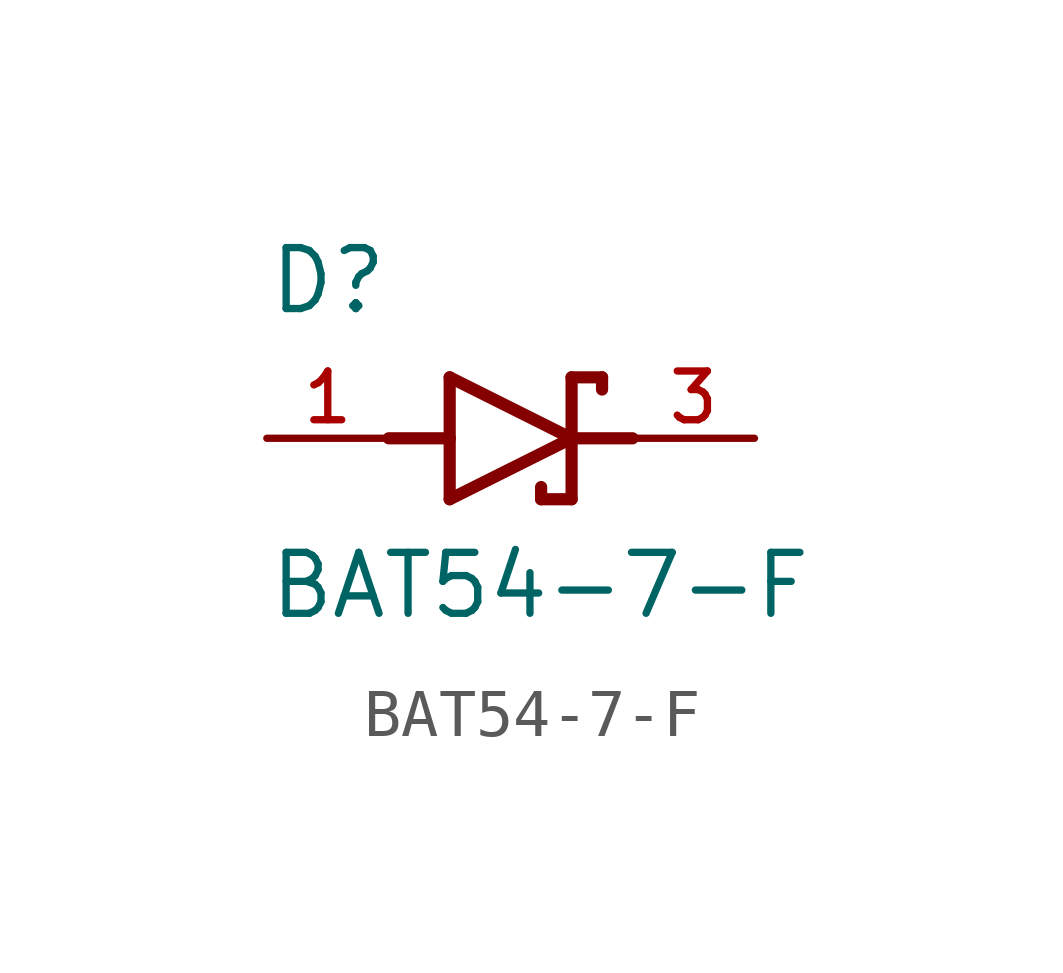
<source format=kicad_sym>
(kicad_symbol_lib
  (version 20211014)
  (generator kicad_symbol_editor)
  (symbol "BAT54-7-F"
    (pin_names
      (offset 1.016))
    (property "Reference" "D"
      (at -5.08 2.54 0)
      (effects (font (size 1.27 1.27)) (justify bottom left)))
    (property "Value" "BAT54-7-F"
      (at -5.08 -3.81 0)
      (effects (font (size 1.27 1.27)) (justify bottom left)))
    (symbol "BAT54-7-F_0_0"
      (polyline (pts (xy -1.27 -1.27) (xy 1.27 0.0)) (stroke (width 0.254)))
      (polyline (pts (xy 1.27 0.0) (xy -1.27 1.27)) (stroke (width 0.254)))
      (polyline (pts (xy 1.905 1.27) (xy 1.27 1.27)) (stroke (width 0.254)))
      (polyline (pts (xy 1.27 1.27) (xy 1.27 0.0)) (stroke (width 0.254)))
      (polyline (pts (xy -1.27 1.27) (xy -1.27 0.0)) (stroke (width 0.254)))
      (polyline (pts (xy -1.27 0.0) (xy -1.27 -1.27)) (stroke (width 0.254)))
      (polyline (pts (xy 1.27 0.0) (xy 1.27 -1.27)) (stroke (width 0.254)))
      (polyline (pts (xy 1.905 1.27) (xy 1.905 1.016)) (stroke (width 0.254)))
      (polyline (pts (xy 1.27 -1.27) (xy 0.635 -1.27)) (stroke (width 0.254)))
      (polyline (pts (xy 0.635 -1.016) (xy 0.635 -1.27)) (stroke (width 0.254)))
      (polyline (pts (xy -2.54 0.0) (xy -1.27 0.0)) (stroke (width 0.254)))
      (polyline (pts (xy 2.54 0.0) (xy 1.27 0.0)) (stroke (width 0.254)))
      (pin passive line (at 5.08 0.0 180.0) (length 2.54) (name "~" (effects (font (size 1.016 1.016)))) (number "3" (effects (font (size 1.016 1.016)))))
      (pin passive line (at -5.08 0.0 0) (length 2.54) (name "~" (effects (font (size 1.016 1.016)))) (number "1" (effects (font (size 1.016 1.016))))))))
</source>
